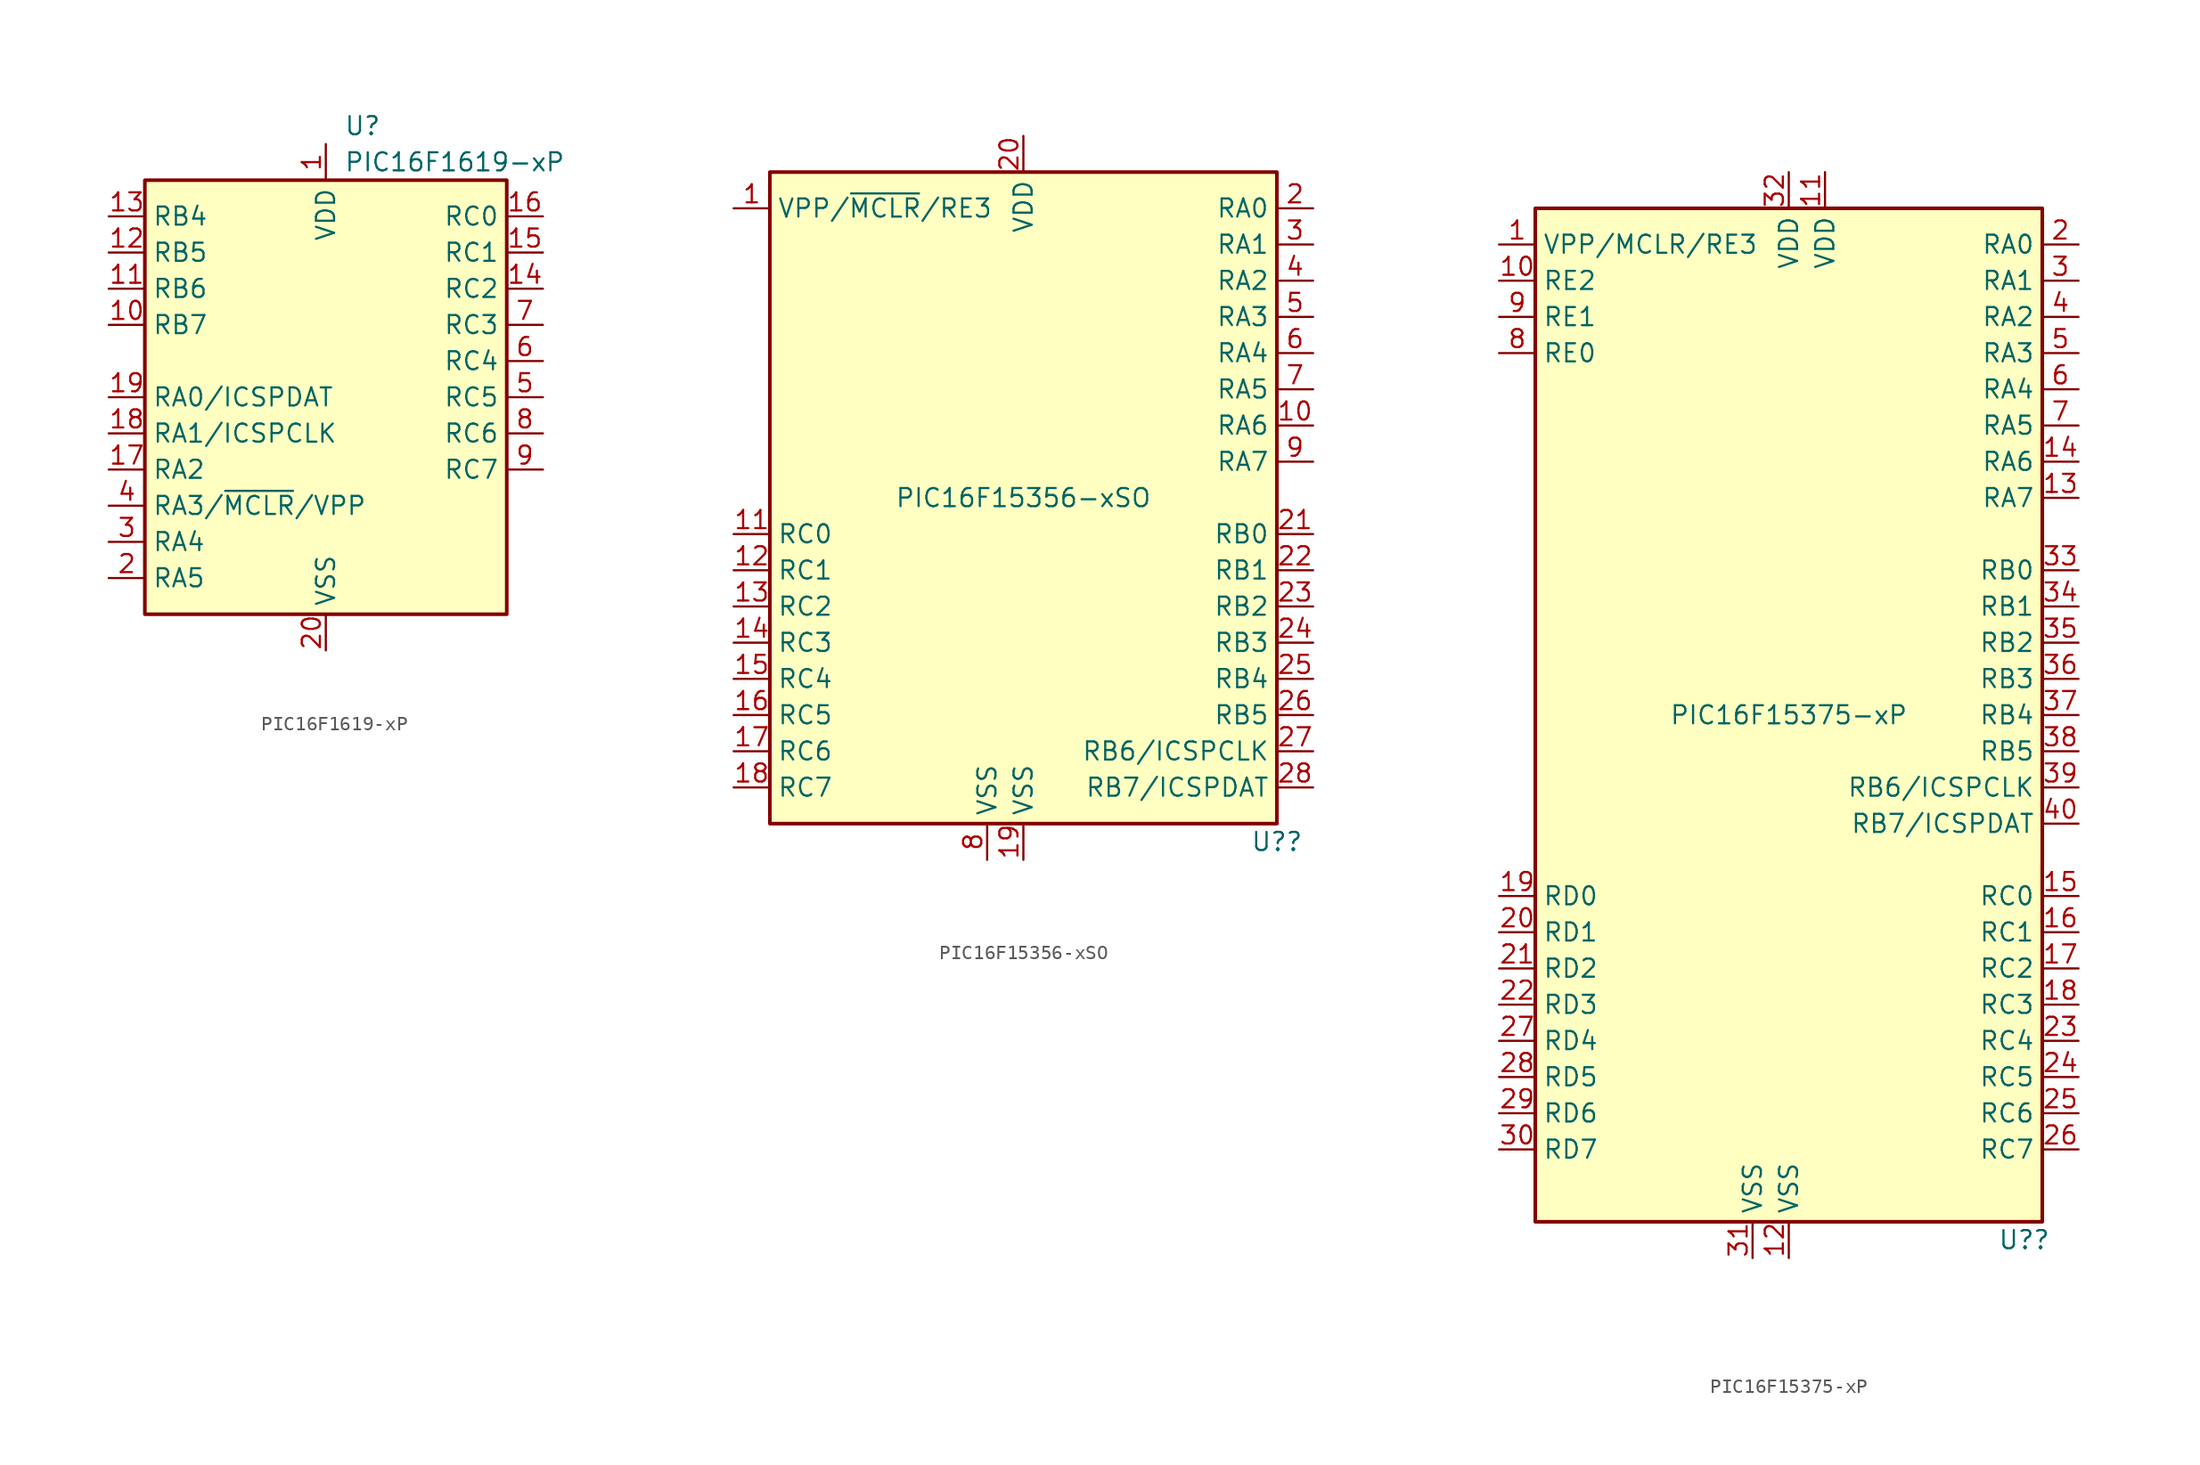
<source format=kicad_sym>
(kicad_symbol_lib
  (version 20211014)
  (generator kicad_symbol_editor)
  (symbol "PIC16F1619-xP"
    (property "Reference" "U"
      (at 1.27 19.05 0)
      (effects (font (size 1.27 1.27)) (justify left)))
    (property "Value" "PIC16F1619-xP"
      (at 1.27 16.51 0)
      (effects (font (size 1.27 1.27)) (justify left)))
    (symbol "PIC16F1619-xP_0_1"
      (rectangle (start -12.7 15.24) (end 12.7 -15.24) (stroke (width 0.254) (type default) (color 0 0 0 0)) (fill (type background))))
    (symbol "PIC16F1619-xP_1_1"
      (pin power_in line (at 0 17.78 270) (length 2.54) (name "VDD" (effects (font (size 1.27 1.27)))) (number "1" (effects (font (size 1.27 1.27)))))
      (pin bidirectional line (at -15.24 5.08 0) (length 2.54) (name "RB7" (effects (font (size 1.27 1.27)))) (number "10" (effects (font (size 1.27 1.27)))))
      (pin bidirectional line (at -15.24 7.62 0) (length 2.54) (name "RB6" (effects (font (size 1.27 1.27)))) (number "11" (effects (font (size 1.27 1.27)))))
      (pin bidirectional line (at -15.24 10.16 0) (length 2.54) (name "RB5" (effects (font (size 1.27 1.27)))) (number "12" (effects (font (size 1.27 1.27)))))
      (pin bidirectional line (at -15.24 12.7 0) (length 2.54) (name "RB4" (effects (font (size 1.27 1.27)))) (number "13" (effects (font (size 1.27 1.27)))))
      (pin bidirectional line (at 15.24 7.62 180) (length 2.54) (name "RC2" (effects (font (size 1.27 1.27)))) (number "14" (effects (font (size 1.27 1.27)))))
      (pin bidirectional line (at 15.24 10.16 180) (length 2.54) (name "RC1" (effects (font (size 1.27 1.27)))) (number "15" (effects (font (size 1.27 1.27)))))
      (pin bidirectional line (at 15.24 12.7 180) (length 2.54) (name "RC0" (effects (font (size 1.27 1.27)))) (number "16" (effects (font (size 1.27 1.27)))))
      (pin bidirectional line (at -15.24 -5.08 0) (length 2.54) (name "RA2" (effects (font (size 1.27 1.27)))) (number "17" (effects (font (size 1.27 1.27)))))
      (pin bidirectional line (at -15.24 -2.54 0) (length 2.54) (name "RA1/ICSPCLK" (effects (font (size 1.27 1.27)))) (number "18" (effects (font (size 1.27 1.27)))))
      (pin bidirectional line (at -15.24 0 0) (length 2.54) (name "RA0/ICSPDAT" (effects (font (size 1.27 1.27)))) (number "19" (effects (font (size 1.27 1.27)))))
      (pin bidirectional line (at -15.24 -12.7 0) (length 2.54) (name "RA5" (effects (font (size 1.27 1.27)))) (number "2" (effects (font (size 1.27 1.27)))))
      (pin power_in line (at 0 -17.78 90) (length 2.54) (name "VSS" (effects (font (size 1.27 1.27)))) (number "20" (effects (font (size 1.27 1.27)))))
      (pin bidirectional line (at -15.24 -10.16 0) (length 2.54) (name "RA4" (effects (font (size 1.27 1.27)))) (number "3" (effects (font (size 1.27 1.27)))))
      (pin bidirectional line (at -15.24 -7.62 0) (length 2.54) (name "RA3/~{MCLR}/VPP" (effects (font (size 1.27 1.27)))) (number "4" (effects (font (size 1.27 1.27)))))
      (pin bidirectional line (at 15.24 0 180) (length 2.54) (name "RC5" (effects (font (size 1.27 1.27)))) (number "5" (effects (font (size 1.27 1.27)))))
      (pin bidirectional line (at 15.24 2.54 180) (length 2.54) (name "RC4" (effects (font (size 1.27 1.27)))) (number "6" (effects (font (size 1.27 1.27)))))
      (pin bidirectional line (at 15.24 5.08 180) (length 2.54) (name "RC3" (effects (font (size 1.27 1.27)))) (number "7" (effects (font (size 1.27 1.27)))))
      (pin bidirectional line (at 15.24 -2.54 180) (length 2.54) (name "RC6" (effects (font (size 1.27 1.27)))) (number "8" (effects (font (size 1.27 1.27)))))
      (pin bidirectional line (at 15.24 -5.08 180) (length 2.54) (name "RC7" (effects (font (size 1.27 1.27)))) (number "9" (effects (font (size 1.27 1.27)))))))
  (symbol "PIC16F15356-xSO"
    (property "Reference" "U?"
      (at 17.78 -24.13 0)
      (effects (font (size 1.27 1.27))))
    (property "Value" "PIC16F15356-xSO"
      (at 0 0 0)
      (effects (font (size 1.27 1.27))))
    (symbol "PIC16F15356-xSO_0_1"
      (rectangle (start 17.78 22.86) (end -17.78 -22.86) (stroke (width 0.254) (type default) (color 0 0 0 0)) (fill (type background))))
    (symbol "PIC16F15356-xSO_1_1"
      (pin bidirectional line (at -20.32 20.32 0) (length 2.54) (name "VPP/~{MCLR}/RE3" (effects (font (size 1.27 1.27)))) (number "1" (effects (font (size 1.27 1.27)))))
      (pin bidirectional line (at 20.32 5.08 180) (length 2.54) (name "RA6" (effects (font (size 1.27 1.27)))) (number "10" (effects (font (size 1.27 1.27)))))
      (pin bidirectional line (at -20.32 -2.54 0) (length 2.54) (name "RC0" (effects (font (size 1.27 1.27)))) (number "11" (effects (font (size 1.27 1.27)))))
      (pin bidirectional line (at -20.32 -5.08 0) (length 2.54) (name "RC1" (effects (font (size 1.27 1.27)))) (number "12" (effects (font (size 1.27 1.27)))))
      (pin bidirectional line (at -20.32 -7.62 0) (length 2.54) (name "RC2" (effects (font (size 1.27 1.27)))) (number "13" (effects (font (size 1.27 1.27)))))
      (pin bidirectional line (at -20.32 -10.16 0) (length 2.54) (name "RC3" (effects (font (size 1.27 1.27)))) (number "14" (effects (font (size 1.27 1.27)))))
      (pin bidirectional line (at -20.32 -12.7 0) (length 2.54) (name "RC4" (effects (font (size 1.27 1.27)))) (number "15" (effects (font (size 1.27 1.27)))))
      (pin bidirectional line (at -20.32 -15.24 0) (length 2.54) (name "RC5" (effects (font (size 1.27 1.27)))) (number "16" (effects (font (size 1.27 1.27)))))
      (pin bidirectional line (at -20.32 -17.78 0) (length 2.54) (name "RC6" (effects (font (size 1.27 1.27)))) (number "17" (effects (font (size 1.27 1.27)))))
      (pin bidirectional line (at -20.32 -20.32 0) (length 2.54) (name "RC7" (effects (font (size 1.27 1.27)))) (number "18" (effects (font (size 1.27 1.27)))))
      (pin power_in line (at 0 -25.4 90) (length 2.54) (name "VSS" (effects (font (size 1.27 1.27)))) (number "19" (effects (font (size 1.27 1.27)))))
      (pin bidirectional line (at 20.32 20.32 180) (length 2.54) (name "RA0" (effects (font (size 1.27 1.27)))) (number "2" (effects (font (size 1.27 1.27)))))
      (pin power_in line (at 0 25.4 270) (length 2.54) (name "VDD" (effects (font (size 1.27 1.27)))) (number "20" (effects (font (size 1.27 1.27)))))
      (pin bidirectional line (at 20.32 -2.54 180) (length 2.54) (name "RB0" (effects (font (size 1.27 1.27)))) (number "21" (effects (font (size 1.27 1.27)))))
      (pin bidirectional line (at 20.32 -5.08 180) (length 2.54) (name "RB1" (effects (font (size 1.27 1.27)))) (number "22" (effects (font (size 1.27 1.27)))))
      (pin bidirectional line (at 20.32 -7.62 180) (length 2.54) (name "RB2" (effects (font (size 1.27 1.27)))) (number "23" (effects (font (size 1.27 1.27)))))
      (pin bidirectional line (at 20.32 -10.16 180) (length 2.54) (name "RB3" (effects (font (size 1.27 1.27)))) (number "24" (effects (font (size 1.27 1.27)))))
      (pin bidirectional line (at 20.32 -12.7 180) (length 2.54) (name "RB4" (effects (font (size 1.27 1.27)))) (number "25" (effects (font (size 1.27 1.27)))))
      (pin bidirectional line (at 20.32 -15.24 180) (length 2.54) (name "RB5" (effects (font (size 1.27 1.27)))) (number "26" (effects (font (size 1.27 1.27)))))
      (pin bidirectional line (at 20.32 -17.78 180) (length 2.54) (name "RB6/ICSPCLK" (effects (font (size 1.27 1.27)))) (number "27" (effects (font (size 1.27 1.27)))))
      (pin bidirectional line (at 20.32 -20.32 180) (length 2.54) (name "RB7/ICSPDAT" (effects (font (size 1.27 1.27)))) (number "28" (effects (font (size 1.27 1.27)))))
      (pin bidirectional line (at 20.32 17.78 180) (length 2.54) (name "RA1" (effects (font (size 1.27 1.27)))) (number "3" (effects (font (size 1.27 1.27)))))
      (pin bidirectional line (at 20.32 15.24 180) (length 2.54) (name "RA2" (effects (font (size 1.27 1.27)))) (number "4" (effects (font (size 1.27 1.27)))))
      (pin bidirectional line (at 20.32 12.7 180) (length 2.54) (name "RA3" (effects (font (size 1.27 1.27)))) (number "5" (effects (font (size 1.27 1.27)))))
      (pin bidirectional line (at 20.32 10.16 180) (length 2.54) (name "RA4" (effects (font (size 1.27 1.27)))) (number "6" (effects (font (size 1.27 1.27)))))
      (pin bidirectional line (at 20.32 7.62 180) (length 2.54) (name "RA5" (effects (font (size 1.27 1.27)))) (number "7" (effects (font (size 1.27 1.27)))))
      (pin power_in line (at -2.54 -25.4 90) (length 2.54) (name "VSS" (effects (font (size 1.27 1.27)))) (number "8" (effects (font (size 1.27 1.27)))))
      (pin bidirectional line (at 20.32 2.54 180) (length 2.54) (name "RA7" (effects (font (size 1.27 1.27)))) (number "9" (effects (font (size 1.27 1.27)))))))
  (symbol "PIC16F15375-xP"
    (property "Reference" "U?"
      (at 16.51 -36.83 0)
      (effects (font (size 1.27 1.27))))
    (property "Value" "PIC16F15375-xP"
      (at 0 0 0)
      (effects (font (size 1.27 1.27))))
    (symbol "PIC16F15375-xP_0_1"
      (rectangle (start -17.78 35.56) (end 17.78 -35.56) (stroke (width 0.254) (type default) (color 0 0 0 0)) (fill (type background))))
    (symbol "PIC16F15375-xP_1_1"
      (pin bidirectional line (at -20.32 33.02 0) (length 2.54) (name "VPP/MCLR/RE3" (effects (font (size 1.27 1.27)))) (number "1" (effects (font (size 1.27 1.27)))))
      (pin bidirectional line (at -20.32 30.48 0) (length 2.54) (name "RE2" (effects (font (size 1.27 1.27)))) (number "10" (effects (font (size 1.27 1.27)))))
      (pin power_in line (at 2.54 38.1 270) (length 2.54) (name "VDD" (effects (font (size 1.27 1.27)))) (number "11" (effects (font (size 1.27 1.27)))))
      (pin power_in line (at 0 -38.1 90) (length 2.54) (name "VSS" (effects (font (size 1.27 1.27)))) (number "12" (effects (font (size 1.27 1.27)))))
      (pin bidirectional line (at 20.32 15.24 180) (length 2.54) (name "RA7" (effects (font (size 1.27 1.27)))) (number "13" (effects (font (size 1.27 1.27)))))
      (pin bidirectional line (at 20.32 17.78 180) (length 2.54) (name "RA6" (effects (font (size 1.27 1.27)))) (number "14" (effects (font (size 1.27 1.27)))))
      (pin bidirectional line (at 20.32 -12.7 180) (length 2.54) (name "RC0" (effects (font (size 1.27 1.27)))) (number "15" (effects (font (size 1.27 1.27)))))
      (pin bidirectional line (at 20.32 -15.24 180) (length 2.54) (name "RC1" (effects (font (size 1.27 1.27)))) (number "16" (effects (font (size 1.27 1.27)))))
      (pin bidirectional line (at 20.32 -17.78 180) (length 2.54) (name "RC2" (effects (font (size 1.27 1.27)))) (number "17" (effects (font (size 1.27 1.27)))))
      (pin bidirectional line (at 20.32 -20.32 180) (length 2.54) (name "RC3" (effects (font (size 1.27 1.27)))) (number "18" (effects (font (size 1.27 1.27)))))
      (pin bidirectional line (at -20.32 -12.7 0) (length 2.54) (name "RD0" (effects (font (size 1.27 1.27)))) (number "19" (effects (font (size 1.27 1.27)))))
      (pin bidirectional line (at 20.32 33.02 180) (length 2.54) (name "RA0" (effects (font (size 1.27 1.27)))) (number "2" (effects (font (size 1.27 1.27)))))
      (pin bidirectional line (at -20.32 -15.24 0) (length 2.54) (name "RD1" (effects (font (size 1.27 1.27)))) (number "20" (effects (font (size 1.27 1.27)))))
      (pin bidirectional line (at -20.32 -17.78 0) (length 2.54) (name "RD2" (effects (font (size 1.27 1.27)))) (number "21" (effects (font (size 1.27 1.27)))))
      (pin bidirectional line (at -20.32 -20.32 0) (length 2.54) (name "RD3" (effects (font (size 1.27 1.27)))) (number "22" (effects (font (size 1.27 1.27)))))
      (pin bidirectional line (at 20.32 -22.86 180) (length 2.54) (name "RC4" (effects (font (size 1.27 1.27)))) (number "23" (effects (font (size 1.27 1.27)))))
      (pin bidirectional line (at 20.32 -25.4 180) (length 2.54) (name "RC5" (effects (font (size 1.27 1.27)))) (number "24" (effects (font (size 1.27 1.27)))))
      (pin bidirectional line (at 20.32 -27.94 180) (length 2.54) (name "RC6" (effects (font (size 1.27 1.27)))) (number "25" (effects (font (size 1.27 1.27)))))
      (pin bidirectional line (at 20.32 -30.48 180) (length 2.54) (name "RC7" (effects (font (size 1.27 1.27)))) (number "26" (effects (font (size 1.27 1.27)))))
      (pin bidirectional line (at -20.32 -22.86 0) (length 2.54) (name "RD4" (effects (font (size 1.27 1.27)))) (number "27" (effects (font (size 1.27 1.27)))))
      (pin bidirectional line (at -20.32 -25.4 0) (length 2.54) (name "RD5" (effects (font (size 1.27 1.27)))) (number "28" (effects (font (size 1.27 1.27)))))
      (pin bidirectional line (at -20.32 -27.94 0) (length 2.54) (name "RD6" (effects (font (size 1.27 1.27)))) (number "29" (effects (font (size 1.27 1.27)))))
      (pin bidirectional line (at 20.32 30.48 180) (length 2.54) (name "RA1" (effects (font (size 1.27 1.27)))) (number "3" (effects (font (size 1.27 1.27)))))
      (pin bidirectional line (at -20.32 -30.48 0) (length 2.54) (name "RD7" (effects (font (size 1.27 1.27)))) (number "30" (effects (font (size 1.27 1.27)))))
      (pin power_in line (at -2.54 -38.1 90) (length 2.54) (name "VSS" (effects (font (size 1.27 1.27)))) (number "31" (effects (font (size 1.27 1.27)))))
      (pin power_in line (at 0 38.1 270) (length 2.54) (name "VDD" (effects (font (size 1.27 1.27)))) (number "32" (effects (font (size 1.27 1.27)))))
      (pin bidirectional line (at 20.32 10.16 180) (length 2.54) (name "RB0" (effects (font (size 1.27 1.27)))) (number "33" (effects (font (size 1.27 1.27)))))
      (pin bidirectional line (at 20.32 7.62 180) (length 2.54) (name "RB1" (effects (font (size 1.27 1.27)))) (number "34" (effects (font (size 1.27 1.27)))))
      (pin bidirectional line (at 20.32 5.08 180) (length 2.54) (name "RB2" (effects (font (size 1.27 1.27)))) (number "35" (effects (font (size 1.27 1.27)))))
      (pin bidirectional line (at 20.32 2.54 180) (length 2.54) (name "RB3" (effects (font (size 1.27 1.27)))) (number "36" (effects (font (size 1.27 1.27)))))
      (pin bidirectional line (at 20.32 0 180) (length 2.54) (name "RB4" (effects (font (size 1.27 1.27)))) (number "37" (effects (font (size 1.27 1.27)))))
      (pin bidirectional line (at 20.32 -2.54 180) (length 2.54) (name "RB5" (effects (font (size 1.27 1.27)))) (number "38" (effects (font (size 1.27 1.27)))))
      (pin bidirectional line (at 20.32 -5.08 180) (length 2.54) (name "RB6/ICSPCLK" (effects (font (size 1.27 1.27)))) (number "39" (effects (font (size 1.27 1.27)))))
      (pin bidirectional line (at 20.32 27.94 180) (length 2.54) (name "RA2" (effects (font (size 1.27 1.27)))) (number "4" (effects (font (size 1.27 1.27)))))
      (pin bidirectional line (at 20.32 -7.62 180) (length 2.54) (name "RB7/ICSPDAT" (effects (font (size 1.27 1.27)))) (number "40" (effects (font (size 1.27 1.27)))))
      (pin bidirectional line (at 20.32 25.4 180) (length 2.54) (name "RA3" (effects (font (size 1.27 1.27)))) (number "5" (effects (font (size 1.27 1.27)))))
      (pin bidirectional line (at 20.32 22.86 180) (length 2.54) (name "RA4" (effects (font (size 1.27 1.27)))) (number "6" (effects (font (size 1.27 1.27)))))
      (pin bidirectional line (at 20.32 20.32 180) (length 2.54) (name "RA5" (effects (font (size 1.27 1.27)))) (number "7" (effects (font (size 1.27 1.27)))))
      (pin bidirectional line (at -20.32 25.4 0) (length 2.54) (name "RE0" (effects (font (size 1.27 1.27)))) (number "8" (effects (font (size 1.27 1.27)))))
      (pin bidirectional line (at -20.32 27.94 0) (length 2.54) (name "RE1" (effects (font (size 1.27 1.27)))) (number "9" (effects (font (size 1.27 1.27))))))))
</source>
